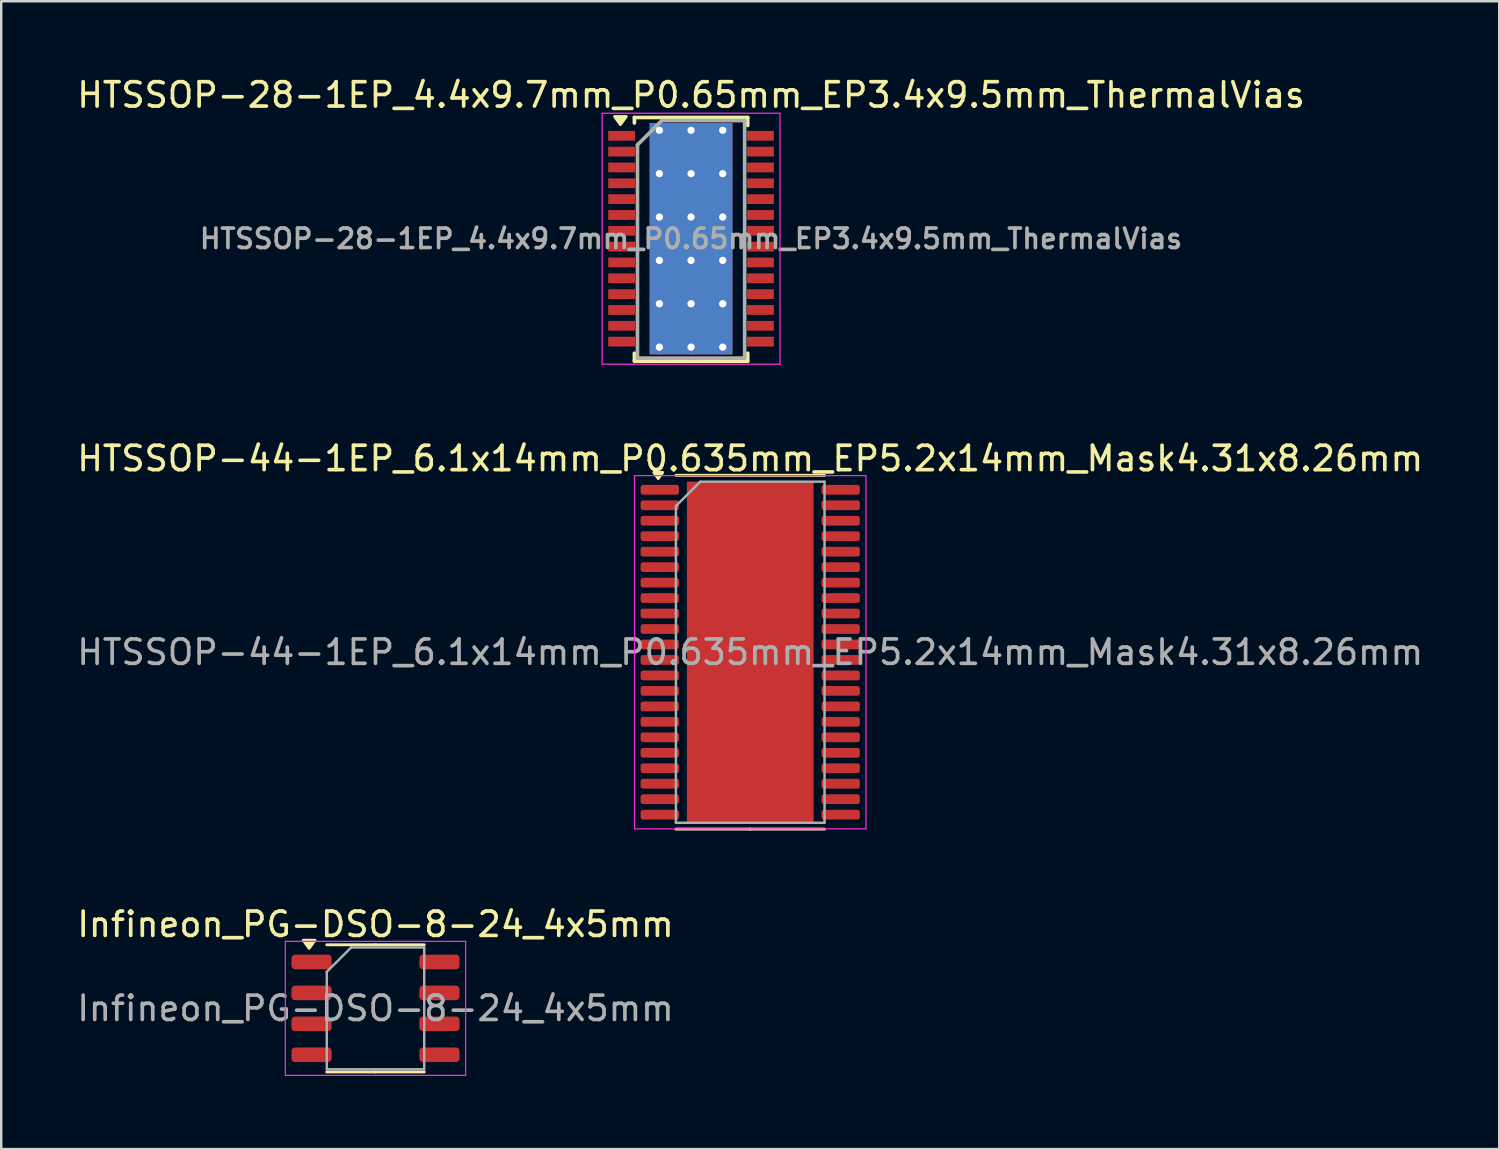
<source format=kicad_pcb>
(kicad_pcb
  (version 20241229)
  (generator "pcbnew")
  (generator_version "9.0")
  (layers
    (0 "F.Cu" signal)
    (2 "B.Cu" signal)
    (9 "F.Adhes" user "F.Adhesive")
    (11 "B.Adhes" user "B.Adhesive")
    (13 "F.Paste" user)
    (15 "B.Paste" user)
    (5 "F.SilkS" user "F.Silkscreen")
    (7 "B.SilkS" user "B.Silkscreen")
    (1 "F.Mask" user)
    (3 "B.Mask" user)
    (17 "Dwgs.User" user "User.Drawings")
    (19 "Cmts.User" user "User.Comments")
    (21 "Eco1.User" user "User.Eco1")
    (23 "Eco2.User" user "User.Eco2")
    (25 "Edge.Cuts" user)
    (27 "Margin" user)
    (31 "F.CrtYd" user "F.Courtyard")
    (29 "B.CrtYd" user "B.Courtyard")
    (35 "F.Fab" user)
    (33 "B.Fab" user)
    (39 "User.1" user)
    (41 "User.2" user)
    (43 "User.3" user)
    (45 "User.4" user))
  (footprint "HTSSOP-44-1EP_6.1x14mm_P0.635mm_EP5.2x14mm_Mask4.31x8.26mm"
    (layer "F.Cu")
    (at 27.744 23.721)
    (property "Reference" "HTSSOP-44-1EP_6.1x14mm_P0.635mm_EP5.2x14mm_Mask4.31x8.26mm" (at 0 -7.95 0) (layer "F.SilkS") (effects (font (size 1 1) (thickness 0.15))))
    (attr smd)
    (fp_line (start 0 -7.26) (end -3.05 -7.26) (stroke (width 0.12) (type solid)) (layer "F.SilkS"))
    (fp_line (start 0 -7.26) (end 3.05 -7.26) (stroke (width 0.12) (type solid)) (layer "F.SilkS"))
    (fp_line (start 0 7.26) (end -3.05 7.26) (stroke (width 0.12) (type solid)) (layer "F.SilkS"))
    (fp_line (start 0 7.26) (end 3.05 7.26) (stroke (width 0.12) (type solid)) (layer "F.SilkS"))
    (fp_poly (pts (xy -3.775 -7.128) (xy -3.955 -7.38) (xy -3.595 -7.38) (xy -3.775 -7.128)) (stroke (width 0.12) (type solid)) (fill yes) (layer "F.SilkS"))
    (fp_line (start -4.75 -7.25) (end -4.75 7.25) (stroke (width 0.05) (type solid)) (layer "F.CrtYd"))
    (fp_line (start -4.75 7.25) (end 4.75 7.25) (stroke (width 0.05) (type solid)) (layer "F.CrtYd"))
    (fp_line (start 4.75 -7.25) (end -4.75 -7.25) (stroke (width 0.05) (type solid)) (layer "F.CrtYd"))
    (fp_line (start 4.75 7.25) (end 4.75 -7.25) (stroke (width 0.05) (type solid)) (layer "F.CrtYd"))
    (fp_line (start -3.05 -6) (end -2.05 -7) (stroke (width 0.1) (type solid)) (layer "F.Fab"))
    (fp_line (start -3.05 7) (end -3.05 -6) (stroke (width 0.1) (type solid)) (layer "F.Fab"))
    (fp_line (start -2.05 -7) (end 3.05 -7) (stroke (width 0.1) (type solid)) (layer "F.Fab"))
    (fp_line (start 3.05 -7) (end 3.05 7) (stroke (width 0.1) (type solid)) (layer "F.Fab"))
    (fp_line (start 3.05 7) (end -3.05 7) (stroke (width 0.1) (type solid)) (layer "F.Fab"))
    (fp_text user "${REFERENCE}" (at 0 0 0) (layer "F.Fab") (effects (font (size 1 1) (thickness 0.15))))
    (pad "" smd roundrect (at -1.44 -3.3) (size 1.16 1.33) (layers "F.Paste") (roundrect_rratio 0.216))
    (pad "" smd roundrect (at -1.44 -1.65) (size 1.16 1.33) (layers "F.Paste") (roundrect_rratio 0.216))
    (pad "" smd roundrect (at -1.44 0) (size 1.16 1.33) (layers "F.Paste") (roundrect_rratio 0.216))
    (pad "" smd roundrect (at -1.44 1.65) (size 1.16 1.33) (layers "F.Paste") (roundrect_rratio 0.216))
    (pad "" smd roundrect (at -1.44 3.3) (size 1.16 1.33) (layers "F.Paste") (roundrect_rratio 0.216))
    (pad "" smd roundrect (at 0 -3.3) (size 1.16 1.33) (layers "F.Paste") (roundrect_rratio 0.216))
    (pad "" smd roundrect (at 0 -1.65) (size 1.16 1.33) (layers "F.Paste") (roundrect_rratio 0.216))
    (pad "" smd roundrect (at 0 0) (size 1.16 1.33) (layers "F.Paste") (roundrect_rratio 0.216))
    (pad "" smd rect (at 0 0) (size 4.31 8.26) (layers "F.Mask"))
    (pad "" smd roundrect (at 0 1.65) (size 1.16 1.33) (layers "F.Paste") (roundrect_rratio 0.216))
    (pad "" smd roundrect (at 0 3.3) (size 1.16 1.33) (layers "F.Paste") (roundrect_rratio 0.216))
    (pad "" smd roundrect (at 1.44 -3.3) (size 1.16 1.33) (layers "F.Paste") (roundrect_rratio 0.216))
    (pad "" smd roundrect (at 1.44 -1.65) (size 1.16 1.33) (layers "F.Paste") (roundrect_rratio 0.216))
    (pad "" smd roundrect (at 1.44 0) (size 1.16 1.33) (layers "F.Paste") (roundrect_rratio 0.216))
    (pad "" smd roundrect (at 1.44 1.65) (size 1.16 1.33) (layers "F.Paste") (roundrect_rratio 0.216))
    (pad "" smd roundrect (at 1.44 3.3) (size 1.16 1.33) (layers "F.Paste") (roundrect_rratio 0.216))
    (pad "1" smd roundrect (at -3.712 -6.668) (size 1.575 0.4) (layers "F.Cu" "F.Mask" "F.Paste") (roundrect_rratio 0.25))
    (pad "2" smd roundrect (at -3.712 -6.032) (size 1.575 0.4) (layers "F.Cu" "F.Mask" "F.Paste") (roundrect_rratio 0.25))
    (pad "3" smd roundrect (at -3.712 -5.397) (size 1.575 0.4) (layers "F.Cu" "F.Mask" "F.Paste") (roundrect_rratio 0.25))
    (pad "4" smd roundrect (at -3.712 -4.763) (size 1.575 0.4) (layers "F.Cu" "F.Mask" "F.Paste") (roundrect_rratio 0.25))
    (pad "5" smd roundrect (at -3.712 -4.128) (size 1.575 0.4) (layers "F.Cu" "F.Mask" "F.Paste") (roundrect_rratio 0.25))
    (pad "6" smd roundrect (at -3.712 -3.493) (size 1.575 0.4) (layers "F.Cu" "F.Mask" "F.Paste") (roundrect_rratio 0.25))
    (pad "7" smd roundrect (at -3.712 -2.857) (size 1.575 0.4) (layers "F.Cu" "F.Mask" "F.Paste") (roundrect_rratio 0.25))
    (pad "8" smd roundrect (at -3.712 -2.223) (size 1.575 0.4) (layers "F.Cu" "F.Mask" "F.Paste") (roundrect_rratio 0.25))
    (pad "9" smd roundrect (at -3.712 -1.587) (size 1.575 0.4) (layers "F.Cu" "F.Mask" "F.Paste") (roundrect_rratio 0.25))
    (pad "10" smd roundrect (at -3.712 -0.953) (size 1.575 0.4) (layers "F.Cu" "F.Mask" "F.Paste") (roundrect_rratio 0.25))
    (pad "11" smd roundrect (at -3.712 -0.318) (size 1.575 0.4) (layers "F.Cu" "F.Mask" "F.Paste") (roundrect_rratio 0.25))
    (pad "12" smd roundrect (at -3.712 0.318) (size 1.575 0.4) (layers "F.Cu" "F.Mask" "F.Paste") (roundrect_rratio 0.25))
    (pad "13" smd roundrect (at -3.712 0.953) (size 1.575 0.4) (layers "F.Cu" "F.Mask" "F.Paste") (roundrect_rratio 0.25))
    (pad "14" smd roundrect (at -3.712 1.587) (size 1.575 0.4) (layers "F.Cu" "F.Mask" "F.Paste") (roundrect_rratio 0.25))
    (pad "15" smd roundrect (at -3.712 2.223) (size 1.575 0.4) (layers "F.Cu" "F.Mask" "F.Paste") (roundrect_rratio 0.25))
    (pad "16" smd roundrect (at -3.712 2.857) (size 1.575 0.4) (layers "F.Cu" "F.Mask" "F.Paste") (roundrect_rratio 0.25))
    (pad "17" smd roundrect (at -3.712 3.493) (size 1.575 0.4) (layers "F.Cu" "F.Mask" "F.Paste") (roundrect_rratio 0.25))
    (pad "18" smd roundrect (at -3.712 4.128) (size 1.575 0.4) (layers "F.Cu" "F.Mask" "F.Paste") (roundrect_rratio 0.25))
    (pad "19" smd roundrect (at -3.712 4.763) (size 1.575 0.4) (layers "F.Cu" "F.Mask" "F.Paste") (roundrect_rratio 0.25))
    (pad "20" smd roundrect (at -3.712 5.397) (size 1.575 0.4) (layers "F.Cu" "F.Mask" "F.Paste") (roundrect_rratio 0.25))
    (pad "21" smd roundrect (at -3.712 6.032) (size 1.575 0.4) (layers "F.Cu" "F.Mask" "F.Paste") (roundrect_rratio 0.25))
    (pad "22" smd roundrect (at -3.712 6.668) (size 1.575 0.4) (layers "F.Cu" "F.Mask" "F.Paste") (roundrect_rratio 0.25))
    (pad "23" smd roundrect (at 3.712 6.668) (size 1.575 0.4) (layers "F.Cu" "F.Mask" "F.Paste") (roundrect_rratio 0.25))
    (pad "24" smd roundrect (at 3.712 6.032) (size 1.575 0.4) (layers "F.Cu" "F.Mask" "F.Paste") (roundrect_rratio 0.25))
    (pad "25" smd roundrect (at 3.712 5.397) (size 1.575 0.4) (layers "F.Cu" "F.Mask" "F.Paste") (roundrect_rratio 0.25))
    (pad "26" smd roundrect (at 3.712 4.763) (size 1.575 0.4) (layers "F.Cu" "F.Mask" "F.Paste") (roundrect_rratio 0.25))
    (pad "27" smd roundrect (at 3.712 4.128) (size 1.575 0.4) (layers "F.Cu" "F.Mask" "F.Paste") (roundrect_rratio 0.25))
    (pad "28" smd roundrect (at 3.712 3.493) (size 1.575 0.4) (layers "F.Cu" "F.Mask" "F.Paste") (roundrect_rratio 0.25))
    (pad "29" smd roundrect (at 3.712 2.857) (size 1.575 0.4) (layers "F.Cu" "F.Mask" "F.Paste") (roundrect_rratio 0.25))
    (pad "30" smd roundrect (at 3.712 2.223) (size 1.575 0.4) (layers "F.Cu" "F.Mask" "F.Paste") (roundrect_rratio 0.25))
    (pad "31" smd roundrect (at 3.712 1.587) (size 1.575 0.4) (layers "F.Cu" "F.Mask" "F.Paste") (roundrect_rratio 0.25))
    (pad "32" smd roundrect (at 3.712 0.953) (size 1.575 0.4) (layers "F.Cu" "F.Mask" "F.Paste") (roundrect_rratio 0.25))
    (pad "33" smd roundrect (at 3.712 0.318) (size 1.575 0.4) (layers "F.Cu" "F.Mask" "F.Paste") (roundrect_rratio 0.25))
    (pad "34" smd roundrect (at 3.712 -0.318) (size 1.575 0.4) (layers "F.Cu" "F.Mask" "F.Paste") (roundrect_rratio 0.25))
    (pad "35" smd roundrect (at 3.712 -0.953) (size 1.575 0.4) (layers "F.Cu" "F.Mask" "F.Paste") (roundrect_rratio 0.25))
    (pad "36" smd roundrect (at 3.712 -1.587) (size 1.575 0.4) (layers "F.Cu" "F.Mask" "F.Paste") (roundrect_rratio 0.25))
    (pad "37" smd roundrect (at 3.712 -2.223) (size 1.575 0.4) (layers "F.Cu" "F.Mask" "F.Paste") (roundrect_rratio 0.25))
    (pad "38" smd roundrect (at 3.712 -2.857) (size 1.575 0.4) (layers "F.Cu" "F.Mask" "F.Paste") (roundrect_rratio 0.25))
    (pad "39" smd roundrect (at 3.712 -3.493) (size 1.575 0.4) (layers "F.Cu" "F.Mask" "F.Paste") (roundrect_rratio 0.25))
    (pad "40" smd roundrect (at 3.712 -4.128) (size 1.575 0.4) (layers "F.Cu" "F.Mask" "F.Paste") (roundrect_rratio 0.25))
    (pad "41" smd roundrect (at 3.712 -4.763) (size 1.575 0.4) (layers "F.Cu" "F.Mask" "F.Paste") (roundrect_rratio 0.25))
    (pad "42" smd roundrect (at 3.712 -5.397) (size 1.575 0.4) (layers "F.Cu" "F.Mask" "F.Paste") (roundrect_rratio 0.25))
    (pad "43" smd roundrect (at 3.712 -6.032) (size 1.575 0.4) (layers "F.Cu" "F.Mask" "F.Paste") (roundrect_rratio 0.25))
    (pad "44" smd roundrect (at 3.712 -6.668) (size 1.575 0.4) (layers "F.Cu" "F.Mask" "F.Paste") (roundrect_rratio 0.25))
    (pad "45" smd rect (at 0 0) (size 5.2 14) (property pad_prop_heatsink) (layers "F.Cu")))
  (footprint "Infineon_PG-DSO-8-24_4x5mm"
    (layer "F.Cu")
    (at 12.363 38.34)
    (property "Reference" "Infineon_PG-DSO-8-24_4x5mm" (at 0 -3.45 0) (layer "F.SilkS") (effects (font (size 1 1) (thickness 0.15))))
    (attr smd)
    (fp_line (start 0 -2.61) (end -2 -2.61) (stroke (width 0.12) (type solid)) (layer "F.SilkS"))
    (fp_line (start 0 -2.61) (end 2 -2.61) (stroke (width 0.12) (type solid)) (layer "F.SilkS"))
    (fp_line (start 0 2.61) (end -2 2.61) (stroke (width 0.12) (type solid)) (layer "F.SilkS"))
    (fp_line (start 0 2.61) (end 2 2.61) (stroke (width 0.12) (type solid)) (layer "F.SilkS"))
    (fp_poly (pts (xy -2.725 -2.465) (xy -2.965 -2.795) (xy -2.485 -2.795) (xy -2.725 -2.465)) (stroke (width 0.12) (type solid)) (fill yes) (layer "F.SilkS"))
    (fp_line (start -3.7 -2.75) (end -3.7 2.75) (stroke (width 0.05) (type solid)) (layer "F.CrtYd"))
    (fp_line (start -3.7 2.75) (end 3.7 2.75) (stroke (width 0.05) (type solid)) (layer "F.CrtYd"))
    (fp_line (start 3.7 -2.75) (end -3.7 -2.75) (stroke (width 0.05) (type solid)) (layer "F.CrtYd"))
    (fp_line (start 3.7 2.75) (end 3.7 -2.75) (stroke (width 0.05) (type solid)) (layer "F.CrtYd"))
    (fp_line (start -2 -1.5) (end -1 -2.5) (stroke (width 0.1) (type solid)) (layer "F.Fab"))
    (fp_line (start -2 2.5) (end -2 -1.5) (stroke (width 0.1) (type solid)) (layer "F.Fab"))
    (fp_line (start -1 -2.5) (end 2 -2.5) (stroke (width 0.1) (type solid)) (layer "F.Fab"))
    (fp_line (start 2 -2.5) (end 2 2.5) (stroke (width 0.1) (type solid)) (layer "F.Fab"))
    (fp_line (start 2 2.5) (end -2 2.5) (stroke (width 0.1) (type solid)) (layer "F.Fab"))
    (fp_text user "${REFERENCE}" (at 0 0 0) (layer "F.Fab") (effects (font (size 1 1) (thickness 0.15))))
    (pad "1" smd roundrect (at -2.625 -1.905) (size 1.65 0.6) (layers "F.Cu" "F.Mask" "F.Paste") (roundrect_rratio 0.25))
    (pad "2" smd roundrect (at -2.625 -0.635) (size 1.65 0.6) (layers "F.Cu" "F.Mask" "F.Paste") (roundrect_rratio 0.25))
    (pad "3" smd roundrect (at -2.625 0.635) (size 1.65 0.6) (layers "F.Cu" "F.Mask" "F.Paste") (roundrect_rratio 0.25))
    (pad "4" smd roundrect (at -2.625 1.905) (size 1.65 0.6) (layers "F.Cu" "F.Mask" "F.Paste") (roundrect_rratio 0.25))
    (pad "5" smd roundrect (at 2.625 1.905) (size 1.65 0.6) (layers "F.Cu" "F.Mask" "F.Paste") (roundrect_rratio 0.25))
    (pad "6" smd roundrect (at 2.625 0.635) (size 1.65 0.6) (layers "F.Cu" "F.Mask" "F.Paste") (roundrect_rratio 0.25))
    (pad "7" smd roundrect (at 2.625 -0.635) (size 1.65 0.6) (layers "F.Cu" "F.Mask" "F.Paste") (roundrect_rratio 0.25))
    (pad "8" smd roundrect (at 2.625 -1.905) (size 1.65 0.6) (layers "F.Cu" "F.Mask" "F.Paste") (roundrect_rratio 0.25)))
  (footprint "HTSSOP-28-1EP_4.4x9.7mm_P0.65mm_EP3.4x9.5mm_ThermalVias"
    (layer "F.Cu")
    (at 25.315 6.748)
    (property "Reference" "HTSSOP-28-1EP_4.4x9.7mm_P0.65mm_EP3.4x9.5mm_ThermalVias" (at 0 -5.9 0) (layer "F.SilkS") (effects (font (size 1 1) (thickness 0.15))))
    (attr smd)
    (fp_line (start -2.325 -4.975) (end -2.325 -4.75) (stroke (width 0.15) (type solid)) (layer "F.SilkS"))
    (fp_line (start -2.325 -4.975) (end 2.325 -4.975) (stroke (width 0.15) (type solid)) (layer "F.SilkS"))
    (fp_line (start -2.325 5.026) (end -2.325 4.701) (stroke (width 0.15) (type solid)) (layer "F.SilkS"))
    (fp_line (start -2.325 5.026) (end 2.325 5.026) (stroke (width 0.15) (type solid)) (layer "F.SilkS"))
    (fp_line (start 2.325 -4.975) (end 2.325 -4.65) (stroke (width 0.15) (type solid)) (layer "F.SilkS"))
    (fp_line (start 2.325 5.026) (end 2.325 4.701) (stroke (width 0.15) (type solid)) (layer "F.SilkS"))
    (fp_poly (pts (xy -2.9 -4.685) (xy -3.14 -5.015) (xy -2.66 -5.015) (xy -2.9 -4.685)) (stroke (width 0.12) (type solid)) (fill yes) (layer "F.SilkS"))
    (fp_line (start -3.65 -5.15) (end -3.65 5.15) (stroke (width 0.05) (type solid)) (layer "F.CrtYd"))
    (fp_line (start -3.65 -5.15) (end 3.65 -5.15) (stroke (width 0.05) (type solid)) (layer "F.CrtYd"))
    (fp_line (start -3.65 5.15) (end 3.65 5.15) (stroke (width 0.05) (type solid)) (layer "F.CrtYd"))
    (fp_line (start 3.65 -5.15) (end 3.65 5.15) (stroke (width 0.05) (type solid)) (layer "F.CrtYd"))
    (fp_line (start -2.2 -3.85) (end -1.2 -4.85) (stroke (width 0.15) (type solid)) (layer "F.Fab"))
    (fp_line (start -2.2 4.85) (end -2.2 -3.85) (stroke (width 0.15) (type solid)) (layer "F.Fab"))
    (fp_line (start -1.2 -4.85) (end 2.2 -4.85) (stroke (width 0.15) (type solid)) (layer "F.Fab"))
    (fp_line (start 2.2 -4.85) (end 2.2 4.85) (stroke (width 0.15) (type solid)) (layer "F.Fab"))
    (fp_line (start 2.2 4.901) (end -2.2 4.901) (stroke (width 0.15) (type solid)) (layer "F.Fab"))
    (fp_text user "${REFERENCE}" (at 0 0 0) (layer "F.Fab") (effects (font (size 0.8 0.8) (thickness 0.15))))
    (pad "" smd rect (at -0.85 -3.56) (size 1.4 1.4) (layers "F.Paste"))
    (pad "" smd rect (at -0.85 -1.78) (size 1.4 1.4) (layers "F.Paste"))
    (pad "" smd rect (at -0.85 0) (size 1.4 1.4) (layers "F.Paste"))
    (pad "" smd rect (at -0.85 1.78) (size 1.4 1.4) (layers "F.Paste"))
    (pad "" smd rect (at -0.85 3.56) (size 1.4 1.4) (layers "F.Paste"))
    (pad "" smd rect (at 0.85 -3.56) (size 1.4 1.4) (layers "F.Paste"))
    (pad "" smd rect (at 0.85 -1.78) (size 1.4 1.4) (layers "F.Paste"))
    (pad "" smd rect (at 0.85 0) (size 1.4 1.4) (layers "F.Paste"))
    (pad "" smd rect (at 0.85 1.78) (size 1.4 1.4) (layers "F.Paste"))
    (pad "" smd rect (at 0.85 3.56) (size 1.4 1.4) (layers "F.Paste"))
    (pad "1" smd rect (at -2.85 -4.225) (size 1.1 0.4) (layers "F.Cu" "F.Mask" "F.Paste"))
    (pad "2" smd rect (at -2.85 -3.575) (size 1.1 0.4) (layers "F.Cu" "F.Mask" "F.Paste"))
    (pad "3" smd rect (at -2.85 -2.925) (size 1.1 0.4) (layers "F.Cu" "F.Mask" "F.Paste"))
    (pad "4" smd rect (at -2.85 -2.275) (size 1.1 0.4) (layers "F.Cu" "F.Mask" "F.Paste"))
    (pad "5" smd rect (at -2.85 -1.625) (size 1.1 0.4) (layers "F.Cu" "F.Mask" "F.Paste"))
    (pad "6" smd rect (at -2.85 -0.975) (size 1.1 0.4) (layers "F.Cu" "F.Mask" "F.Paste"))
    (pad "7" smd rect (at -2.85 -0.325) (size 1.1 0.4) (layers "F.Cu" "F.Mask" "F.Paste"))
    (pad "8" smd rect (at -2.85 0.325) (size 1.1 0.4) (layers "F.Cu" "F.Mask" "F.Paste"))
    (pad "9" smd rect (at -2.85 0.975) (size 1.1 0.4) (layers "F.Cu" "F.Mask" "F.Paste"))
    (pad "10" smd rect (at -2.85 1.625) (size 1.1 0.4) (layers "F.Cu" "F.Mask" "F.Paste"))
    (pad "11" smd rect (at -2.85 2.275) (size 1.1 0.4) (layers "F.Cu" "F.Mask" "F.Paste"))
    (pad "12" smd rect (at -2.85 2.925) (size 1.1 0.4) (layers "F.Cu" "F.Mask" "F.Paste"))
    (pad "13" smd rect (at -2.85 3.575) (size 1.1 0.4) (layers "F.Cu" "F.Mask" "F.Paste"))
    (pad "14" smd rect (at -2.85 4.225) (size 1.1 0.4) (layers "F.Cu" "F.Mask" "F.Paste"))
    (pad "15" smd rect (at 2.85 4.225) (size 1.1 0.4) (layers "F.Cu" "F.Mask" "F.Paste"))
    (pad "16" smd rect (at 2.85 3.575) (size 1.1 0.4) (layers "F.Cu" "F.Mask" "F.Paste"))
    (pad "17" smd rect (at 2.85 2.925) (size 1.1 0.4) (layers "F.Cu" "F.Mask" "F.Paste"))
    (pad "18" smd rect (at 2.85 2.275) (size 1.1 0.4) (layers "F.Cu" "F.Mask" "F.Paste"))
    (pad "19" smd rect (at 2.85 1.625) (size 1.1 0.4) (layers "F.Cu" "F.Mask" "F.Paste"))
    (pad "20" smd rect (at 2.85 0.975) (size 1.1 0.4) (layers "F.Cu" "F.Mask" "F.Paste"))
    (pad "21" smd rect (at 2.85 0.325) (size 1.1 0.4) (layers "F.Cu" "F.Mask" "F.Paste"))
    (pad "22" smd rect (at 2.85 -0.325) (size 1.1 0.4) (layers "F.Cu" "F.Mask" "F.Paste"))
    (pad "23" smd rect (at 2.85 -0.975) (size 1.1 0.4) (layers "F.Cu" "F.Mask" "F.Paste"))
    (pad "24" smd rect (at 2.85 -1.625) (size 1.1 0.4) (layers "F.Cu" "F.Mask" "F.Paste"))
    (pad "25" smd rect (at 2.85 -2.275) (size 1.1 0.4) (layers "F.Cu" "F.Mask" "F.Paste"))
    (pad "26" smd rect (at 2.85 -2.925) (size 1.1 0.4) (layers "F.Cu" "F.Mask" "F.Paste"))
    (pad "27" smd rect (at 2.85 -3.575) (size 1.1 0.4) (layers "F.Cu" "F.Mask" "F.Paste"))
    (pad "28" smd rect (at 2.85 -4.225) (size 1.1 0.4) (layers "F.Cu" "F.Mask" "F.Paste"))
    (pad "29" thru_hole circle (at -1.3 -4.45) (size 0.6 0.6) (drill 0.3) (layers "*.Cu"))
    (pad "29" thru_hole circle (at -1.3 -2.67) (size 0.6 0.6) (drill 0.3) (layers "*.Cu"))
    (pad "29" thru_hole circle (at -1.3 -0.89) (size 0.6 0.6) (drill 0.3) (layers "*.Cu"))
    (pad "29" thru_hole circle (at -1.3 0.89) (size 0.6 0.6) (drill 0.3) (layers "*.Cu"))
    (pad "29" thru_hole circle (at -1.3 2.67) (size 0.6 0.6) (drill 0.3) (layers "*.Cu"))
    (pad "29" thru_hole circle (at -1.3 4.45) (size 0.6 0.6) (drill 0.3) (layers "*.Cu"))
    (pad "29" thru_hole circle (at 0 -4.45) (size 0.6 0.6) (drill 0.3) (layers "*.Cu"))
    (pad "29" thru_hole circle (at 0 -2.67) (size 0.6 0.6) (drill 0.3) (layers "*.Cu"))
    (pad "29" thru_hole circle (at 0 -0.89) (size 0.6 0.6) (drill 0.3) (layers "*.Cu"))
    (pad "29" smd rect (at 0 0) (size 3.4 9.5) (layers "F.Cu" "F.Mask"))
    (pad "29" smd rect (at 0 0) (size 3.4 9.5) (layers "B.Cu"))
    (pad "29" thru_hole circle (at 0 0.89) (size 0.6 0.6) (drill 0.3) (layers "*.Cu"))
    (pad "29" thru_hole circle (at 0 2.67) (size 0.6 0.6) (drill 0.3) (layers "*.Cu"))
    (pad "29" thru_hole circle (at 0 4.45) (size 0.6 0.6) (drill 0.3) (layers "*.Cu"))
    (pad "29" thru_hole circle (at 1.3 -4.45) (size 0.6 0.6) (drill 0.3) (layers "*.Cu"))
    (pad "29" thru_hole circle (at 1.3 -2.67) (size 0.6 0.6) (drill 0.3) (layers "*.Cu"))
    (pad "29" thru_hole circle (at 1.3 -0.89) (size 0.6 0.6) (drill 0.3) (layers "*.Cu"))
    (pad "29" thru_hole circle (at 1.3 0.89) (size 0.6 0.6) (drill 0.3) (layers "*.Cu"))
    (pad "29" thru_hole circle (at 1.3 2.67) (size 0.6 0.6) (drill 0.3) (layers "*.Cu"))
    (pad "29" thru_hole circle (at 1.3 4.45) (size 0.6 0.6) (drill 0.3) (layers "*.Cu")))
  (gr_rect
    (start -3 -3)
    (end 58.488 44.115)
    (stroke (width 0.1) (type default))
    (fill no)
    (layer "Edge.Cuts")))
</source>
